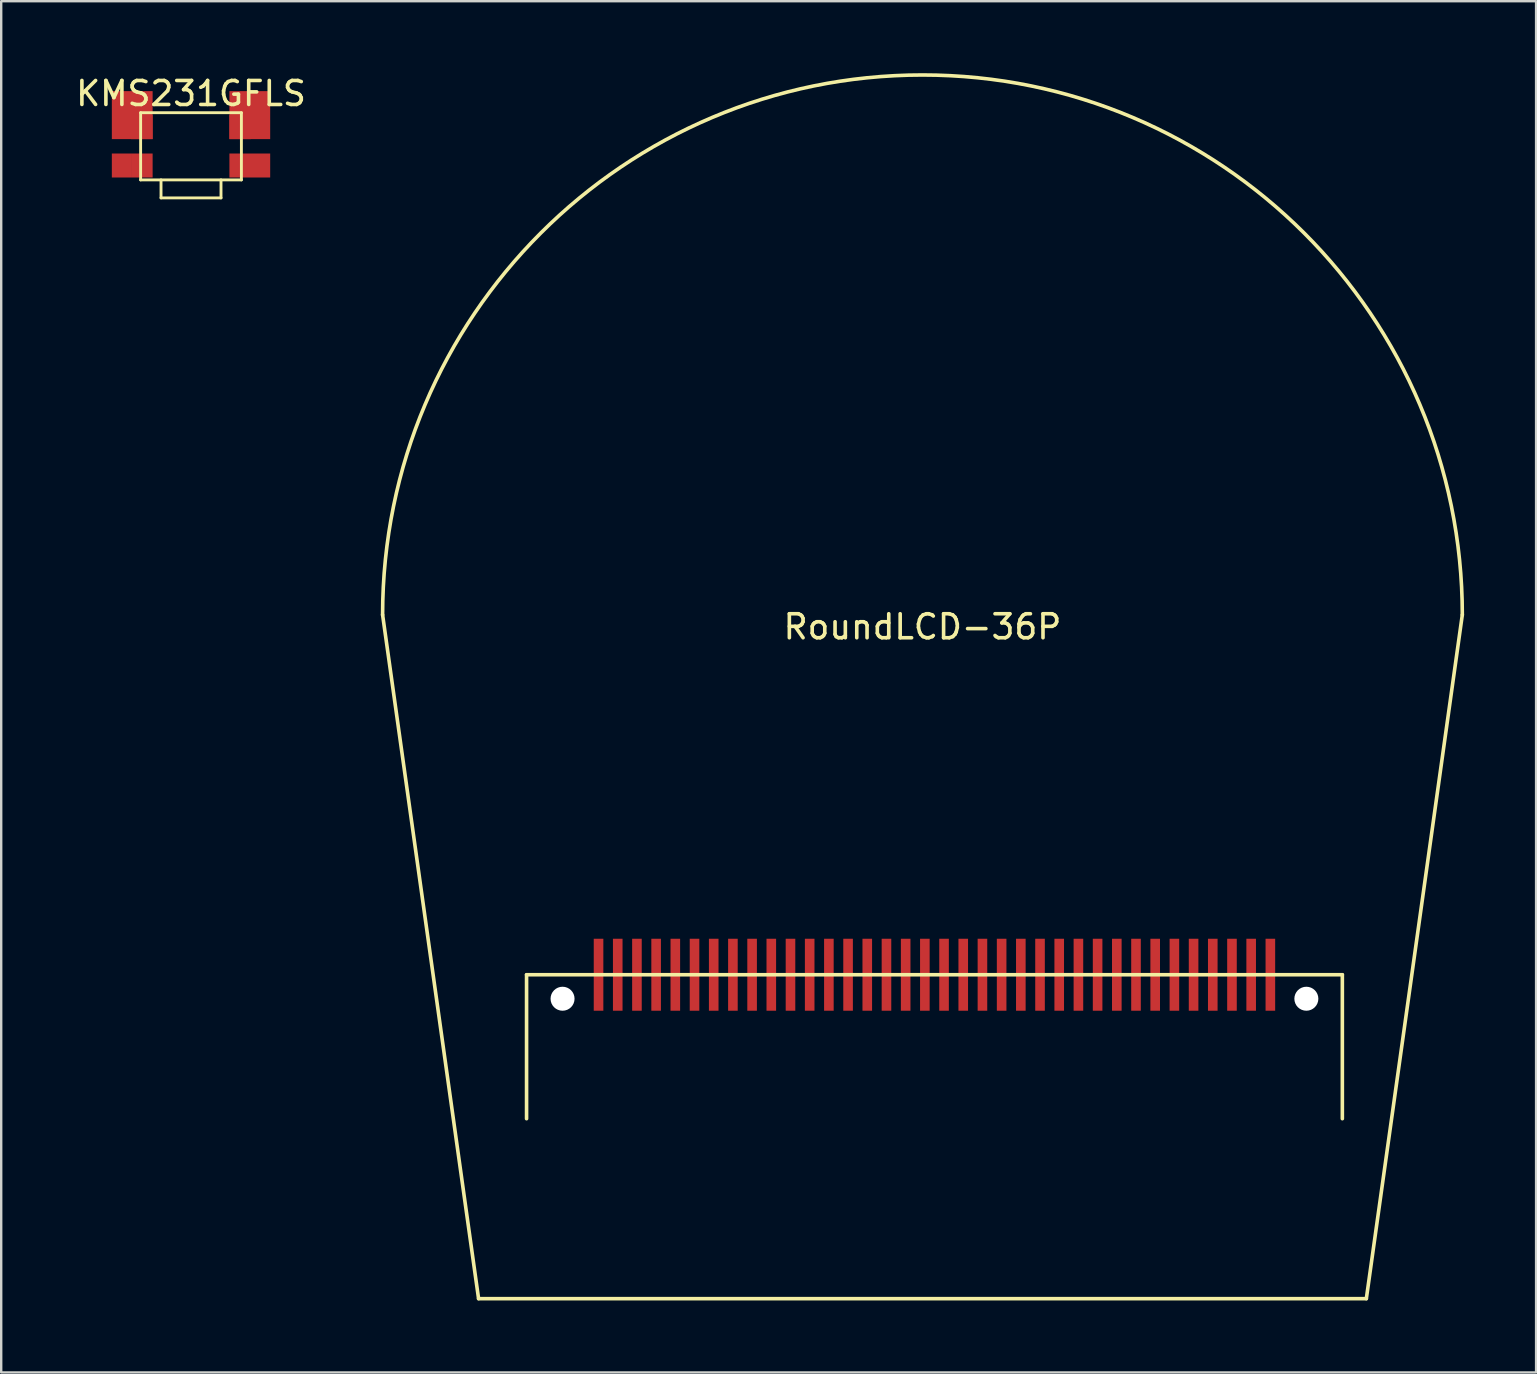
<source format=kicad_pcb>
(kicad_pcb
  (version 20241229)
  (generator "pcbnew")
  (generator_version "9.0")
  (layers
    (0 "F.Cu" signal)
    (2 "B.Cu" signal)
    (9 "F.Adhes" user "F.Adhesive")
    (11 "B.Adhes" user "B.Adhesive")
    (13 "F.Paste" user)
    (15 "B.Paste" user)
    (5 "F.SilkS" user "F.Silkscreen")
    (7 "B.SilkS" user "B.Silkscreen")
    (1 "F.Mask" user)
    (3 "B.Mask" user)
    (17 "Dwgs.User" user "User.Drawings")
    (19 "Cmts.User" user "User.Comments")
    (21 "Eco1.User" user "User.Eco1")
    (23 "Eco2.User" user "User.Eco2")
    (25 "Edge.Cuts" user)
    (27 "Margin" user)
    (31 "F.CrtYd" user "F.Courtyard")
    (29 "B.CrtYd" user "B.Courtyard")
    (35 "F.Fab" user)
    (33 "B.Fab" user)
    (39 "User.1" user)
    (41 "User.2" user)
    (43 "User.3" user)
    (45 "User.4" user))
  (footprint "KMS231GFLS"
    (layer "F.Cu")
    (at 4.911 3.048)
    (property "Reference" "KMS231GFLS" (at 0 -2.2 0) (layer "F.SilkS") (effects (font (size 1 1) (thickness 0.15))))
    (attr through_hole)
    (fp_line (start -2.1 -1.4) (end 2.1 -1.4) (stroke (width 0.12) (type solid)) (layer "F.SilkS"))
    (fp_line (start -2.1 1.4) (end -2.1 -1.4) (stroke (width 0.12) (type solid)) (layer "F.SilkS"))
    (fp_line (start -1.25 1.4) (end -1.25 2.15) (stroke (width 0.12) (type solid)) (layer "F.SilkS"))
    (fp_line (start -1.25 2.15) (end 1.25 2.15) (stroke (width 0.12) (type solid)) (layer "F.SilkS"))
    (fp_line (start 1.25 2.15) (end 1.25 1.4) (stroke (width 0.12) (type solid)) (layer "F.SilkS"))
    (fp_line (start 2.1 -1.4) (end 2.1 1.4) (stroke (width 0.12) (type solid)) (layer "F.SilkS"))
    (fp_line (start 2.1 1.4) (end -2.1 1.4) (stroke (width 0.12) (type solid)) (layer "F.SilkS"))
    (pad "1" smd rect (at -2.45 -1.3) (size 1.7 2) (layers "F.Cu"))
    (pad "1" smd rect (at -2.05 -0.8) (size 0.9 1) (layers "F.Cu" "F.Mask" "F.Paste"))
    (pad "1" smd rect (at 2.05 -0.8) (size 0.9 1) (layers "F.Cu" "F.Mask" "F.Paste"))
    (pad "1" smd rect (at 2.45 -1.3) (size 1.7 2) (layers "F.Cu"))
    (pad "2" smd rect (at -2.9 0.8) (size 0.8 1) (layers "F.Cu"))
    (pad "2" smd rect (at -2.05 0.8) (size 0.9 1) (layers "F.Cu" "F.Mask" "F.Paste"))
    (pad "2" smd rect (at 2.05 0.8) (size 0.9 1) (layers "F.Cu" "F.Mask" "F.Paste"))
    (pad "2" smd rect (at 2.9 0.8) (size 0.8 1) (layers "F.Cu")))
  (footprint "RoundLCD-36P"
    (layer "F.Cu")
    (at 35.396 22.575)
    (property "Reference" "RoundLCD-36P" (at 0 0.5 0) (layer "F.SilkS") (effects (font (size 1 1) (thickness 0.15))))
    (attr through_hole)
    (fp_line (start -18.5 28.5) (end -22.5 0) (stroke (width 0.15) (type solid)) (layer "F.SilkS"))
    (fp_line (start -16.5 15) (end 17.5 15) (stroke (width 0.15) (type solid)) (layer "F.SilkS"))
    (fp_line (start -16.5 21) (end -16.5 15) (stroke (width 0.15) (type solid)) (layer "F.SilkS"))
    (fp_line (start 17.5 15) (end 17.5 21) (stroke (width 0.15) (type solid)) (layer "F.SilkS"))
    (fp_line (start 18.5 28.5) (end -18.5 28.5) (stroke (width 0.15) (type solid)) (layer "F.SilkS"))
    (fp_line (start 22.5 0) (end 18.5 28.5) (stroke (width 0.15) (type solid)) (layer "F.SilkS"))
    (fp_arc (start -22.5 0) (mid 0 -22.5) (end 22.5 0) (stroke (width 0.15) (type solid)) (layer "F.SilkS"))
    (pad "" np_thru_hole circle (at -15 16) (size 1 1) (drill 1) (layers "*.Cu" "*.Mask"))
    (pad "" np_thru_hole circle (at 16 16) (size 1 1) (drill 1) (layers "*.Cu" "*.Mask"))
    (pad "1" smd rect (at 14.5 15 180) (size 0.4 3) (layers "F.Cu" "F.Mask" "F.Paste"))
    (pad "2" smd rect (at 13.7 15 180) (size 0.4 3) (layers "F.Cu" "F.Mask" "F.Paste"))
    (pad "3" smd rect (at 12.9 15 180) (size 0.4 3) (layers "F.Cu" "F.Mask" "F.Paste"))
    (pad "4" smd rect (at 12.1 15 180) (size 0.4 3) (layers "F.Cu" "F.Mask" "F.Paste"))
    (pad "5" smd rect (at 11.3 15 180) (size 0.4 3) (layers "F.Cu" "F.Mask" "F.Paste"))
    (pad "6" smd rect (at 10.5 15 180) (size 0.4 3) (layers "F.Cu" "F.Mask" "F.Paste"))
    (pad "7" smd rect (at 9.7 15 180) (size 0.4 3) (layers "F.Cu" "F.Mask" "F.Paste"))
    (pad "8" smd rect (at 8.9 15 180) (size 0.4 3) (layers "F.Cu" "F.Mask" "F.Paste"))
    (pad "9" smd rect (at 8.1 15 180) (size 0.4 3) (layers "F.Cu" "F.Mask" "F.Paste"))
    (pad "10" smd rect (at 7.3 15 180) (size 0.4 3) (layers "F.Cu" "F.Mask" "F.Paste"))
    (pad "11" smd rect (at 6.5 15 180) (size 0.4 3) (layers "F.Cu" "F.Mask" "F.Paste"))
    (pad "12" smd rect (at 5.7 15 180) (size 0.4 3) (layers "F.Cu" "F.Mask" "F.Paste"))
    (pad "13" smd rect (at 4.9 15 180) (size 0.4 3) (layers "F.Cu" "F.Mask" "F.Paste"))
    (pad "14" smd rect (at 4.1 15 180) (size 0.4 3) (layers "F.Cu" "F.Mask" "F.Paste"))
    (pad "15" smd rect (at 3.3 15 180) (size 0.4 3) (layers "F.Cu" "F.Mask" "F.Paste"))
    (pad "16" smd rect (at 2.5 15 180) (size 0.4 3) (layers "F.Cu" "F.Mask" "F.Paste"))
    (pad "17" smd rect (at 1.7 15 180) (size 0.4 3) (layers "F.Cu" "F.Mask" "F.Paste"))
    (pad "18" smd rect (at 0.9 15 180) (size 0.4 3) (layers "F.Cu" "F.Mask" "F.Paste"))
    (pad "19" smd rect (at 0.1 15 180) (size 0.4 3) (layers "F.Cu" "F.Mask" "F.Paste"))
    (pad "20" smd rect (at -0.7 15 180) (size 0.4 3) (layers "F.Cu" "F.Mask" "F.Paste"))
    (pad "21" smd rect (at -1.5 15 180) (size 0.4 3) (layers "F.Cu" "F.Mask" "F.Paste"))
    (pad "22" smd rect (at -2.3 15 180) (size 0.4 3) (layers "F.Cu" "F.Mask" "F.Paste"))
    (pad "23" smd rect (at -3.1 15 180) (size 0.4 3) (layers "F.Cu" "F.Mask" "F.Paste"))
    (pad "24" smd rect (at -3.9 15 180) (size 0.4 3) (layers "F.Cu" "F.Mask" "F.Paste"))
    (pad "25" smd rect (at -4.7 15 180) (size 0.4 3) (layers "F.Cu" "F.Mask" "F.Paste"))
    (pad "26" smd rect (at -5.5 15 180) (size 0.4 3) (layers "F.Cu" "F.Mask" "F.Paste"))
    (pad "27" smd rect (at -6.3 15 180) (size 0.4 3) (layers "F.Cu" "F.Mask" "F.Paste"))
    (pad "28" smd rect (at -7.1 15 180) (size 0.4 3) (layers "F.Cu" "F.Mask" "F.Paste"))
    (pad "29" smd rect (at -7.9 15 180) (size 0.4 3) (layers "F.Cu" "F.Mask" "F.Paste"))
    (pad "30" smd rect (at -8.7 15 180) (size 0.4 3) (layers "F.Cu" "F.Mask" "F.Paste"))
    (pad "31" smd rect (at -9.5 15 180) (size 0.4 3) (layers "F.Cu" "F.Mask" "F.Paste"))
    (pad "32" smd rect (at -10.3 15 180) (size 0.4 3) (layers "F.Cu" "F.Mask" "F.Paste"))
    (pad "33" smd rect (at -11.1 15 180) (size 0.4 3) (layers "F.Cu" "F.Mask" "F.Paste"))
    (pad "34" smd rect (at -11.9 15 180) (size 0.4 3) (layers "F.Cu" "F.Mask" "F.Paste"))
    (pad "35" smd rect (at -12.7 15 180) (size 0.4 3) (layers "F.Cu" "F.Mask" "F.Paste"))
    (pad "36" smd rect (at -13.5 15 180) (size 0.4 3) (layers "F.Cu" "F.Mask" "F.Paste")))
  (gr_rect
    (start -3 -3)
    (end 60.971 54.15)
    (stroke (width 0.1) (type default))
    (fill no)
    (layer "Edge.Cuts")))
</source>
